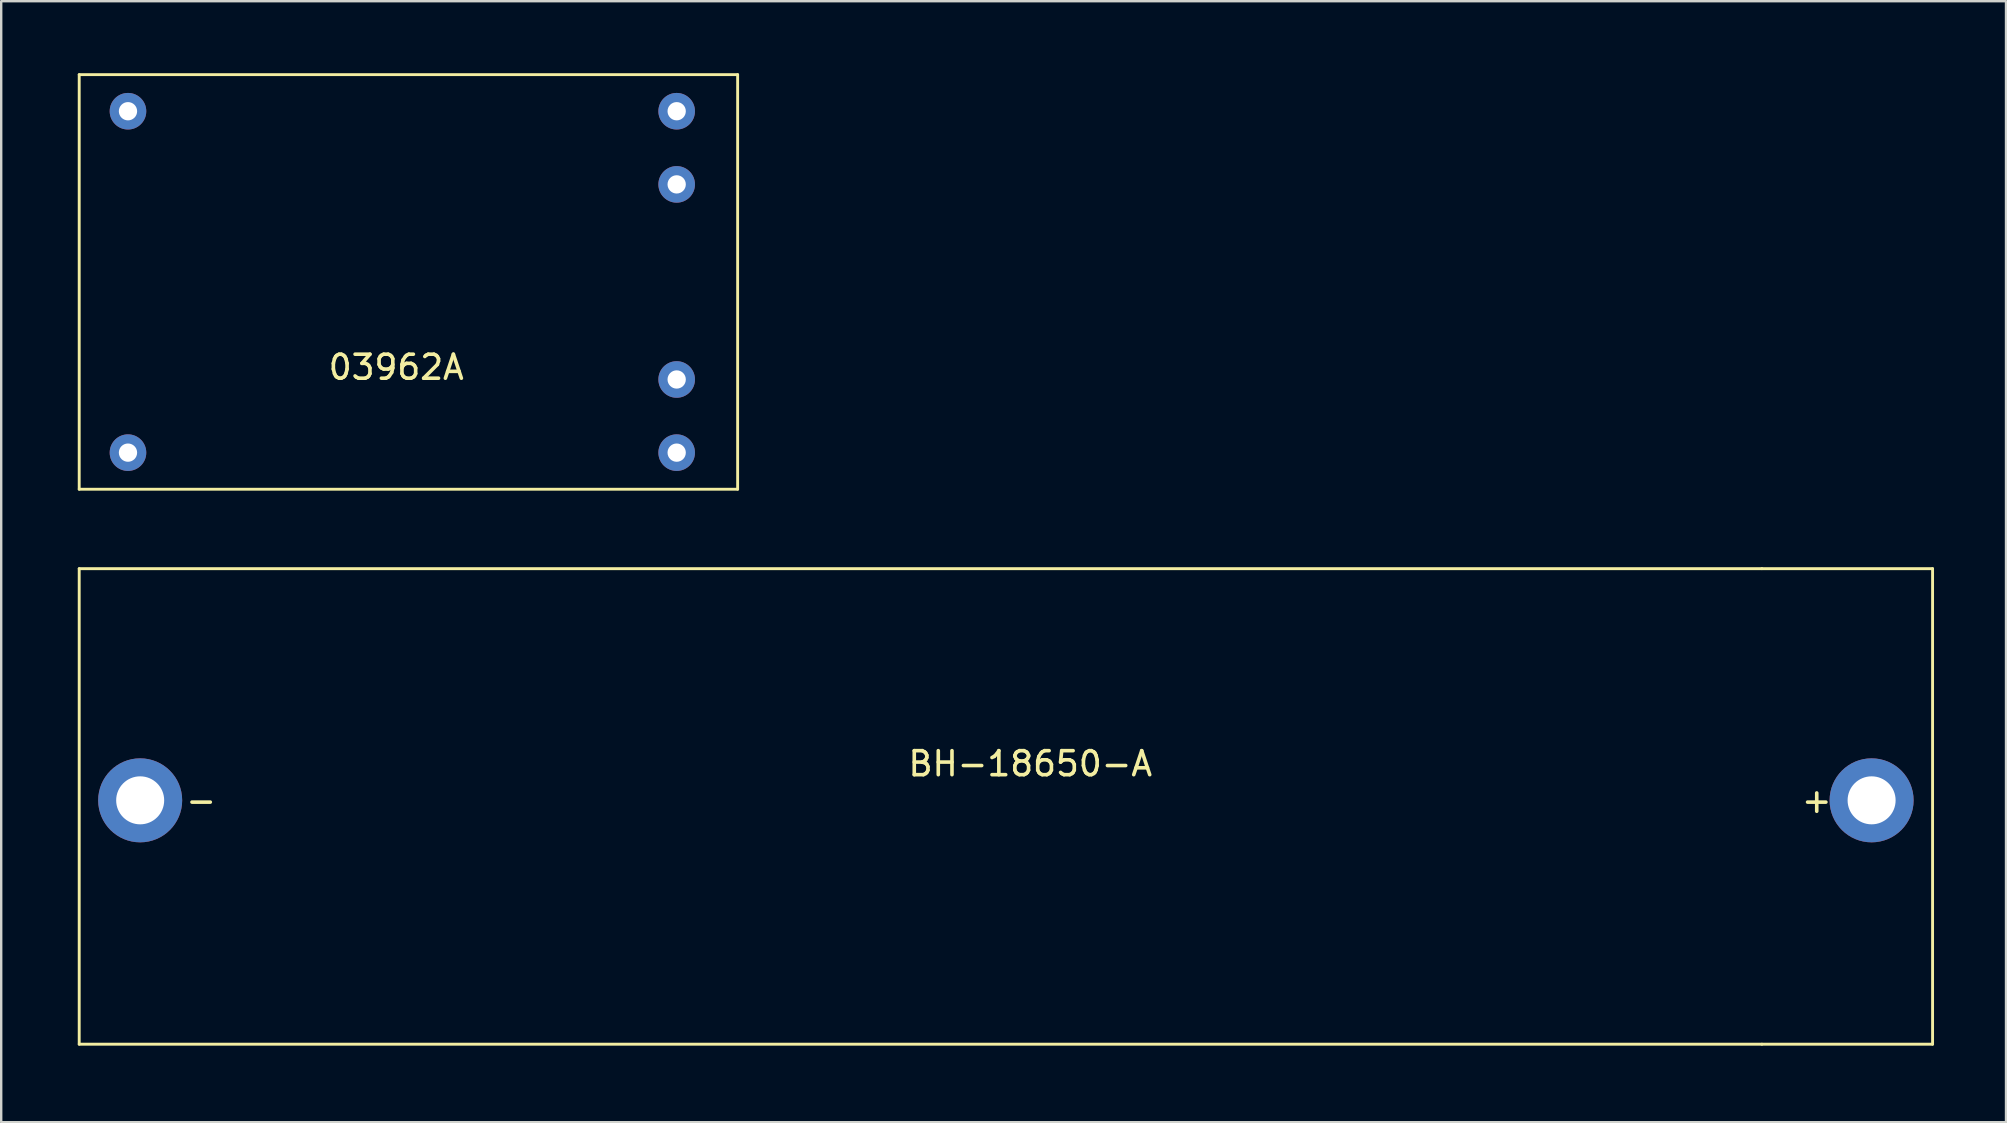
<source format=kicad_pcb>
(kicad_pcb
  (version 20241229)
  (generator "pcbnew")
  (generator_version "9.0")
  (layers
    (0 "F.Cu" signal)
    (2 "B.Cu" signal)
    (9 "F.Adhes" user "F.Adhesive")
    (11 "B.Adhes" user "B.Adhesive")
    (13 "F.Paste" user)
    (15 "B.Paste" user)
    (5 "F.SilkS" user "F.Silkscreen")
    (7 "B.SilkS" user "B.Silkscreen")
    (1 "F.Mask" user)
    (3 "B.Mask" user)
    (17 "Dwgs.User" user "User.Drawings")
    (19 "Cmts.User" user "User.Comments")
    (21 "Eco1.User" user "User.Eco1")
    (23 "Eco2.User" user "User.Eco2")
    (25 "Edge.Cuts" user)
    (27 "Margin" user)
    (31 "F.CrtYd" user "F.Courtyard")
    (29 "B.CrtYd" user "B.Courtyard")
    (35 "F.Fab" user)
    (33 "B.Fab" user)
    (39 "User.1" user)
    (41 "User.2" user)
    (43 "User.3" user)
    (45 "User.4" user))
  (footprint "03962A"
    (layer "F.Cu")
    (at 0.25 17.332)
    (property "Reference" "03962A" (at 13.208 -5.08 0) (layer "F.SilkS") (effects (font (size 1 1) (thickness 0.15))))
    (attr through_hole)
    (fp_line (start 0 -17.272) (end 0 0) (stroke (width 0.12) (type solid)) (layer "F.SilkS"))
    (fp_line (start 0 0) (end 27.432 0) (stroke (width 0.12) (type solid)) (layer "F.SilkS"))
    (fp_line (start 27.432 -17.272) (end 0 -17.272) (stroke (width 0.12) (type solid)) (layer "F.SilkS"))
    (fp_line (start 27.432 0) (end 27.432 -17.272) (stroke (width 0.12) (type solid)) (layer "F.SilkS"))
    (pad "0" thru_hole circle (at 2.032 -15.748) (size 1.524 1.524) (drill 0.762) (layers "*.Cu" "*.Mask"))
    (pad "1" thru_hole circle (at 2.032 -1.524) (size 1.524 1.524) (drill 0.762) (layers "*.Cu" "*.Mask"))
    (pad "2" thru_hole circle (at 24.892 -15.748) (size 1.524 1.524) (drill 0.762) (layers "*.Cu" "*.Mask"))
    (pad "3" thru_hole circle (at 24.892 -12.7) (size 1.524 1.524) (drill 0.762) (layers "*.Cu" "*.Mask"))
    (pad "4" thru_hole circle (at 24.892 -4.572) (size 1.524 1.524) (drill 0.762) (layers "*.Cu" "*.Mask"))
    (pad "5" thru_hole circle (at 24.892 -1.524) (size 1.524 1.524) (drill 0.762) (layers "*.Cu" "*.Mask")))
  (footprint "BH-18650-A"
    (layer "F.Cu")
    (at 0.25 40.454)
    (property "Reference" "BH-18650-A" (at 39.624 -11.684 0) (layer "F.SilkS") (effects (font (size 1 1) (thickness 0.15))))
    (attr through_hole)
    (fp_line (start 0 -19.812) (end 0 0) (stroke (width 0.12) (type solid)) (layer "F.SilkS"))
    (fp_line (start 0 0) (end 70.104 0) (stroke (width 0.12) (type solid)) (layer "F.SilkS"))
    (fp_line (start 70.104 -19.812) (end 0 -19.812) (stroke (width 0.12) (type solid)) (layer "F.SilkS"))
    (fp_line (start 70.104 0) (end 77.216 0) (stroke (width 0.12) (type solid)) (layer "F.SilkS"))
    (fp_line (start 77.216 -19.812) (end 70.104 -19.812) (stroke (width 0.12) (type solid)) (layer "F.SilkS"))
    (fp_line (start 77.216 0) (end 77.216 -19.812) (stroke (width 0.12) (type solid)) (layer "F.SilkS"))
    (fp_text user "-" (at 5.08 -10.16 0) (layer "F.SilkS") (effects (font (size 1 1) (thickness 0.15))))
    (fp_text user "+" (at 72.39 -10.16 0) (layer "F.SilkS") (effects (font (size 1 1) (thickness 0.15))))
    (pad "0" thru_hole circle (at 2.54 -10.16) (size 3.5 3.5) (drill 2) (layers "*.Cu" "*.Mask"))
    (pad "1" thru_hole circle (at 74.676 -10.16) (size 3.5 3.5) (drill 2) (layers "*.Cu" "*.Mask")))
  (gr_rect
    (start -3 -3)
    (end 80.526 43.704)
    (stroke (width 0.1) (type default))
    (fill no)
    (layer "Edge.Cuts")))
</source>
